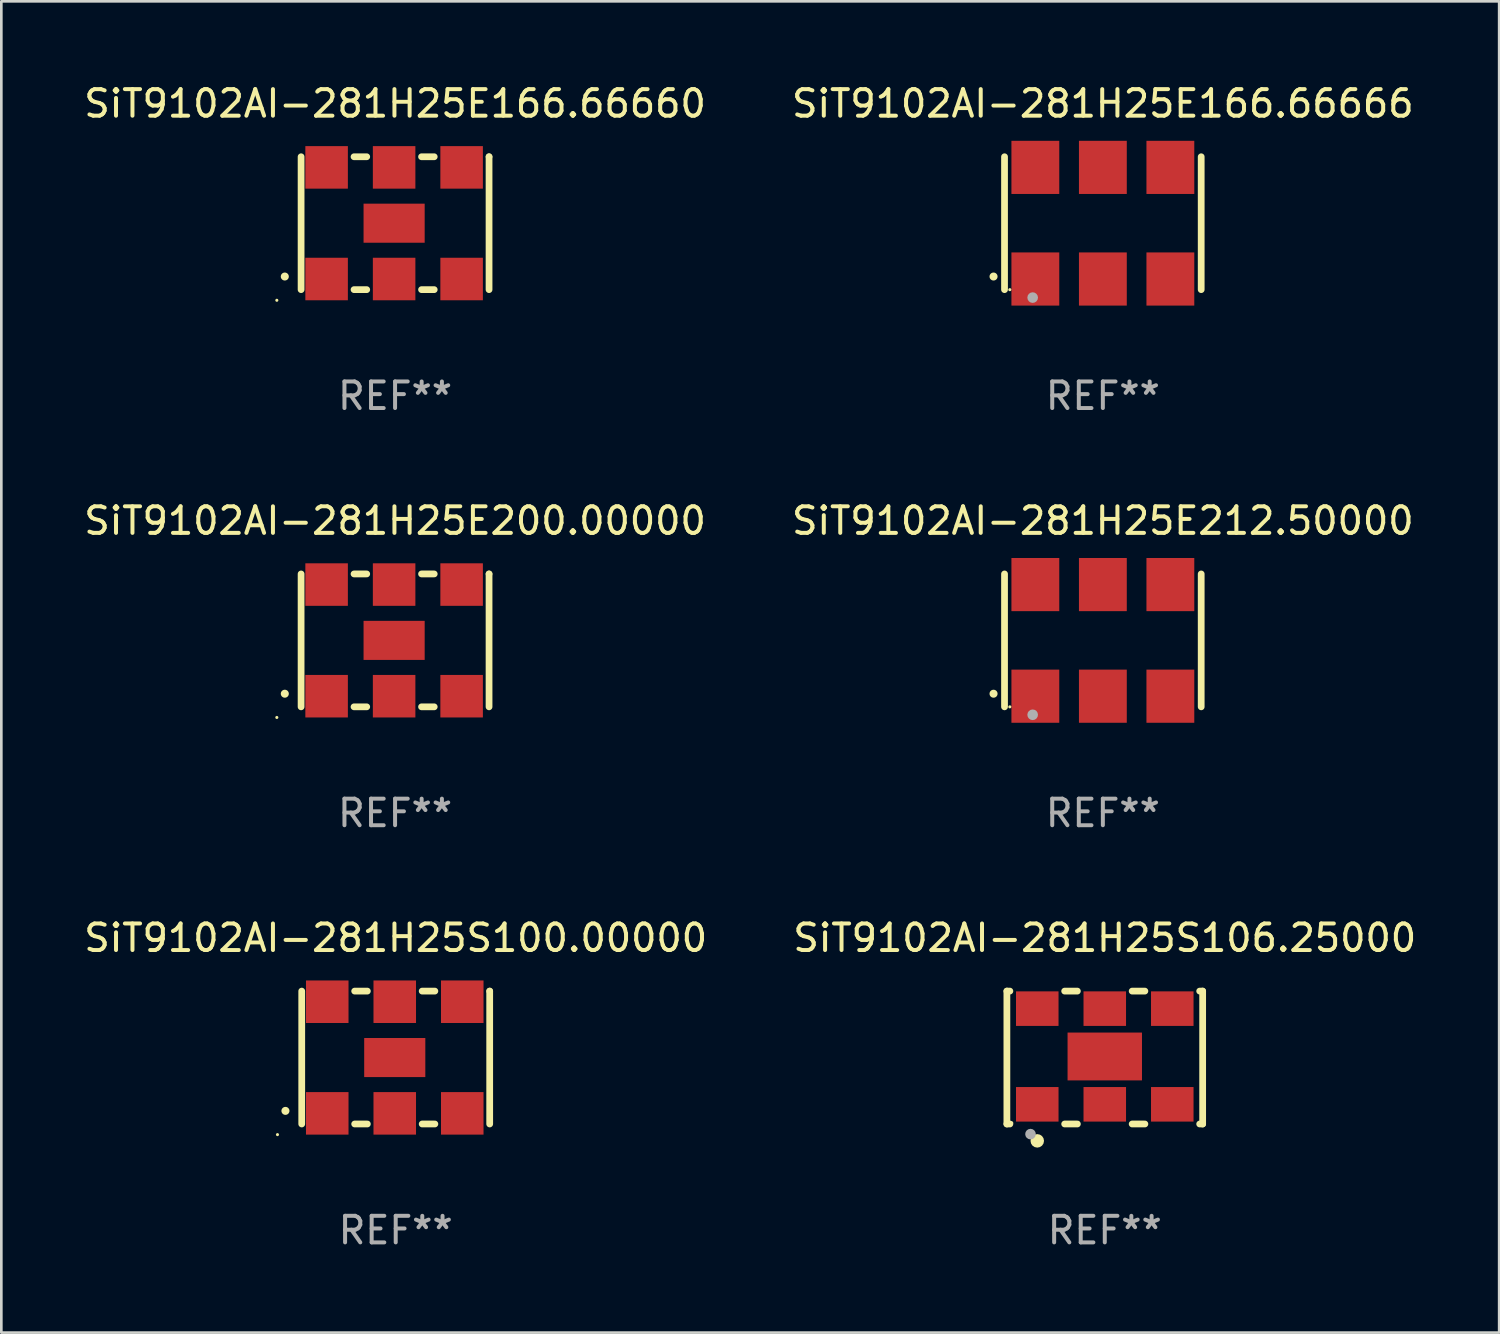
<source format=kicad_pcb>
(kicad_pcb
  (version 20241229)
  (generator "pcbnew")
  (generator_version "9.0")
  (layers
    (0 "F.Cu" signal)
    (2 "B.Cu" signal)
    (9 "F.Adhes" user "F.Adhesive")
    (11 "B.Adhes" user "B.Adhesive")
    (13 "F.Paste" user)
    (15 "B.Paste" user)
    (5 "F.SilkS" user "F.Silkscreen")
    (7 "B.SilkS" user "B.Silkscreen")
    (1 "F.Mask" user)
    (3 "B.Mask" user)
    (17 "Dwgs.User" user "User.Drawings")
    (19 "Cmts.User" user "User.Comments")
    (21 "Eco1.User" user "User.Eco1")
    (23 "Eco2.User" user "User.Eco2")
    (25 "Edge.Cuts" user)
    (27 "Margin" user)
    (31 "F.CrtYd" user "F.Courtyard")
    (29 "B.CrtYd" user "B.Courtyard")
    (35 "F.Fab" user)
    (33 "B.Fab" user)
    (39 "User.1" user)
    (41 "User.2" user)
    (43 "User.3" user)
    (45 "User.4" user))
  (footprint "SiT9102AI-281H25E166.66660"
    (layer "F.Cu")
    (at 11.815 5.348)
    (property "Reference" "SiT9102AI-281H25E166.66660" (at 0 -4.5 0) (layer "F.SilkS") (effects (font (size 1 1) (thickness 0.15))))
    (attr through_hole)
    (fp_line (start -3.536 -2.5) (end -3.536 2.5) (stroke (width 0.254) (type solid)) (layer "F.SilkS"))
    (fp_line (start -1.544 2.5) (end -1.067 2.5) (stroke (width 0.254) (type solid)) (layer "F.SilkS"))
    (fp_line (start -1.067 -2.5) (end -1.544 -2.5) (stroke (width 0.254) (type solid)) (layer "F.SilkS"))
    (fp_line (start 0.996 2.5) (end 1.473 2.5) (stroke (width 0.254) (type solid)) (layer "F.SilkS"))
    (fp_line (start 1.473 -2.5) (end 0.996 -2.5) (stroke (width 0.254) (type solid)) (layer "F.SilkS"))
    (fp_line (start 3.536 -2.5) (end 3.536 -2.5) (stroke (width 0.254) (type solid)) (layer "F.SilkS"))
    (fp_line (start 3.536 2.5) (end 3.536 -2.5) (stroke (width 0.254) (type solid)) (layer "F.SilkS"))
    (fp_arc (start -4.150432 2.006604) (mid -4.149162 2.006599) (end -4.147892 2.006604) (stroke (width 0.3) (type solid)) (layer "F.SilkS"))
    (fp_circle (center -4.449 2.9) (end -4.419 2.9) (stroke (width 0.06) (type solid)) (fill no) (layer "F.SilkS"))
    (fp_text user "REF**" (at 0 6.5 0) (layer "F.Fab") (effects (font (size 1 1) (thickness 0.15))))
    (pad "1" smd rect (at -2.576 2.1) (size 1.6 1.6) (layers "F.Cu" "F.Mask" "F.Paste"))
    (pad "2" smd rect (at -0.036 2.1) (size 1.6 1.6) (layers "F.Cu" "F.Mask" "F.Paste"))
    (pad "3" smd rect (at 2.504 2.1) (size 1.6 1.6) (layers "F.Cu" "F.Mask" "F.Paste"))
    (pad "4" smd rect (at 2.504 -2.1) (size 1.6 1.6) (layers "F.Cu" "F.Mask" "F.Paste"))
    (pad "5" smd rect (at -0.036 -2.1) (size 1.6 1.6) (layers "F.Cu" "F.Mask" "F.Paste"))
    (pad "6" smd rect (at -2.576 -2.1) (size 1.6 1.6) (layers "F.Cu" "F.Mask" "F.Paste"))
    (pad "7" smd rect (at -0.036 0) (size 2.3 1.47) (layers "F.Cu" "F.Mask" "F.Paste")))
  (footprint "SiT9102AI-281H25S106.25000"
    (layer "F.Cu")
    (at 38.518 36.741)
    (property "Reference" "SiT9102AI-281H25S106.25000" (at 0 -4.5 0) (layer "F.SilkS") (effects (font (size 1 1) (thickness 0.15))))
    (attr through_hole)
    (fp_line (start -3.683 -2.5) (end -3.571 -2.5) (stroke (width 0.254) (type solid)) (layer "F.SilkS"))
    (fp_line (start -3.683 2.5) (end -3.683 -2.5) (stroke (width 0.254) (type solid)) (layer "F.SilkS"))
    (fp_line (start -3.683 2.5) (end -3.571 2.5) (stroke (width 0.254) (type solid)) (layer "F.SilkS"))
    (fp_line (start -1.509 -2.5) (end -1.031 -2.5) (stroke (width 0.254) (type solid)) (layer "F.SilkS"))
    (fp_line (start -1.509 2.5) (end -1.031 2.5) (stroke (width 0.254) (type solid)) (layer "F.SilkS"))
    (fp_line (start 1.031 -2.5) (end 1.509 -2.5) (stroke (width 0.254) (type solid)) (layer "F.SilkS"))
    (fp_line (start 1.031 2.5) (end 1.509 2.5) (stroke (width 0.254) (type solid)) (layer "F.SilkS"))
    (fp_line (start 3.571 -2.5) (end 3.683 -2.5) (stroke (width 0.254) (type solid)) (layer "F.SilkS"))
    (fp_line (start 3.571 2.5) (end 3.683 2.5) (stroke (width 0.254) (type solid)) (layer "F.SilkS"))
    (fp_line (start 3.683 2.5) (end 3.683 -2.5) (stroke (width 0.254) (type solid)) (layer "F.SilkS"))
    (fp_circle (center -3.5 2.46) (end -3.47 2.46) (stroke (width 0.06) (type solid)) (fill no) (layer "F.SilkS"))
    (fp_circle (center -2.54 3.135) (end -2.413 3.135) (stroke (width 0.254) (type solid)) (fill no) (layer "F.SilkS"))
    (fp_circle (center -2.794 2.881) (end -2.694 2.881) (stroke (width 0.2) (type solid)) (fill no) (layer "F.Fab"))
    (fp_text user "REF**" (at 0 6.5 0) (layer "F.Fab") (effects (font (size 1 1) (thickness 0.15))))
    (pad "1" smd rect (at -2.54 1.76) (size 1.6 1.3) (layers "F.Cu" "F.Mask" "F.Paste"))
    (pad "2" smd rect (at 0 1.76) (size 1.6 1.3) (layers "F.Cu" "F.Mask" "F.Paste"))
    (pad "3" smd rect (at 2.54 1.76) (size 1.6 1.3) (layers "F.Cu" "F.Mask" "F.Paste"))
    (pad "4" smd rect (at 2.54 -1.84) (size 1.6 1.3) (layers "F.Cu" "F.Mask" "F.Paste"))
    (pad "5" smd rect (at 0 -1.84) (size 1.6 1.3) (layers "F.Cu" "F.Mask" "F.Paste"))
    (pad "6" smd rect (at -2.54 -1.84) (size 1.6 1.3) (layers "F.Cu" "F.Mask" "F.Paste"))
    (pad "7" smd rect (at 0 -0.04) (size 2.8 1.8) (layers "F.Cu" "F.Mask" "F.Paste")))
  (footprint "SiT9102AI-281H25E166.66666"
    (layer "F.Cu")
    (at 38.446 5.348)
    (property "Reference" "SiT9102AI-281H25E166.66666" (at 0 -4.5 0) (layer "F.SilkS") (effects (font (size 1 1) (thickness 0.15))))
    (attr through_hole)
    (fp_line (start -3.7 -2.5) (end -3.7 2.5) (stroke (width 0.254) (type solid)) (layer "F.SilkS"))
    (fp_line (start 3.7 -2.5) (end 3.7 2.5) (stroke (width 0.254) (type solid)) (layer "F.SilkS"))
    (fp_arc (start -4.114415 2.006604) (mid -4.113145 2.006599) (end -4.111875 2.006604) (stroke (width 0.3) (type solid)) (layer "F.SilkS"))
    (fp_circle (center -3.5 2.501) (end -3.47 2.501) (stroke (width 0.06) (type solid)) (fill no) (layer "F.SilkS"))
    (fp_circle (center -2.641 2.799) (end -2.541 2.799) (stroke (width 0.2) (type solid)) (fill no) (layer "F.Fab"))
    (fp_text user "REF**" (at 0 6.5 0) (layer "F.Fab") (effects (font (size 1 1) (thickness 0.15))))
    (pad "1" smd rect (at -2.54 2.1) (size 1.8 2) (layers "F.Cu" "F.Mask" "F.Paste"))
    (pad "2" smd rect (at 0.000394 2.1) (size 1.8 2) (layers "F.Cu" "F.Mask" "F.Paste"))
    (pad "3" smd rect (at 2.54 2.1) (size 1.8 2) (layers "F.Cu" "F.Mask" "F.Paste"))
    (pad "4" smd rect (at 2.54 -2.1) (size 1.8 2) (layers "F.Cu" "F.Mask" "F.Paste"))
    (pad "5" smd rect (at 0.000394 -2.1) (size 1.8 2) (layers "F.Cu" "F.Mask" "F.Paste"))
    (pad "6" smd rect (at -2.54 -2.1) (size 1.8 2) (layers "F.Cu" "F.Mask" "F.Paste")))
  (footprint "SiT9102AI-281H25S100.00000"
    (layer "F.Cu")
    (at 11.839 36.741)
    (property "Reference" "SiT9102AI-281H25S100.00000" (at 0 -4.5 0) (layer "F.SilkS") (effects (font (size 1 1) (thickness 0.15))))
    (attr through_hole)
    (fp_line (start -3.536 -2.5) (end -3.536 2.5) (stroke (width 0.254) (type solid)) (layer "F.SilkS"))
    (fp_line (start -1.544 2.5) (end -1.067 2.5) (stroke (width 0.254) (type solid)) (layer "F.SilkS"))
    (fp_line (start -1.067 -2.5) (end -1.544 -2.5) (stroke (width 0.254) (type solid)) (layer "F.SilkS"))
    (fp_line (start 0.996 2.5) (end 1.473 2.5) (stroke (width 0.254) (type solid)) (layer "F.SilkS"))
    (fp_line (start 1.473 -2.5) (end 0.996 -2.5) (stroke (width 0.254) (type solid)) (layer "F.SilkS"))
    (fp_line (start 3.536 -2.5) (end 3.536 -2.5) (stroke (width 0.254) (type solid)) (layer "F.SilkS"))
    (fp_line (start 3.536 2.5) (end 3.536 -2.5) (stroke (width 0.254) (type solid)) (layer "F.SilkS"))
    (fp_arc (start -4.150432 2.006604) (mid -4.149162 2.006599) (end -4.147892 2.006604) (stroke (width 0.3) (type solid)) (layer "F.SilkS"))
    (fp_circle (center -4.449 2.9) (end -4.419 2.9) (stroke (width 0.06) (type solid)) (fill no) (layer "F.SilkS"))
    (fp_text user "REF**" (at 0 6.5 0) (layer "F.Fab") (effects (font (size 1 1) (thickness 0.15))))
    (pad "1" smd rect (at -2.576 2.1) (size 1.6 1.6) (layers "F.Cu" "F.Mask" "F.Paste"))
    (pad "2" smd rect (at -0.036 2.1) (size 1.6 1.6) (layers "F.Cu" "F.Mask" "F.Paste"))
    (pad "3" smd rect (at 2.504 2.1) (size 1.6 1.6) (layers "F.Cu" "F.Mask" "F.Paste"))
    (pad "4" smd rect (at 2.504 -2.1) (size 1.6 1.6) (layers "F.Cu" "F.Mask" "F.Paste"))
    (pad "5" smd rect (at -0.036 -2.1) (size 1.6 1.6) (layers "F.Cu" "F.Mask" "F.Paste"))
    (pad "6" smd rect (at -2.576 -2.1) (size 1.6 1.6) (layers "F.Cu" "F.Mask" "F.Paste"))
    (pad "7" smd rect (at -0.036 0) (size 2.3 1.47) (layers "F.Cu" "F.Mask" "F.Paste")))
  (footprint "SiT9102AI-281H25E212.50000"
    (layer "F.Cu")
    (at 38.446 21.045)
    (property "Reference" "SiT9102AI-281H25E212.50000" (at 0 -4.5 0) (layer "F.SilkS") (effects (font (size 1 1) (thickness 0.15))))
    (attr through_hole)
    (fp_line (start -3.7 -2.5) (end -3.7 2.5) (stroke (width 0.254) (type solid)) (layer "F.SilkS"))
    (fp_line (start 3.7 -2.5) (end 3.7 2.5) (stroke (width 0.254) (type solid)) (layer "F.SilkS"))
    (fp_arc (start -4.114415 2.006604) (mid -4.113145 2.006599) (end -4.111875 2.006604) (stroke (width 0.3) (type solid)) (layer "F.SilkS"))
    (fp_circle (center -3.5 2.501) (end -3.47 2.501) (stroke (width 0.06) (type solid)) (fill no) (layer "F.SilkS"))
    (fp_circle (center -2.641 2.799) (end -2.541 2.799) (stroke (width 0.2) (type solid)) (fill no) (layer "F.Fab"))
    (fp_text user "REF**" (at 0 6.5 0) (layer "F.Fab") (effects (font (size 1 1) (thickness 0.15))))
    (pad "1" smd rect (at -2.54 2.1) (size 1.8 2) (layers "F.Cu" "F.Mask" "F.Paste"))
    (pad "2" smd rect (at 0.000394 2.1) (size 1.8 2) (layers "F.Cu" "F.Mask" "F.Paste"))
    (pad "3" smd rect (at 2.54 2.1) (size 1.8 2) (layers "F.Cu" "F.Mask" "F.Paste"))
    (pad "4" smd rect (at 2.54 -2.1) (size 1.8 2) (layers "F.Cu" "F.Mask" "F.Paste"))
    (pad "5" smd rect (at 0.000394 -2.1) (size 1.8 2) (layers "F.Cu" "F.Mask" "F.Paste"))
    (pad "6" smd rect (at -2.54 -2.1) (size 1.8 2) (layers "F.Cu" "F.Mask" "F.Paste")))
  (footprint "SiT9102AI-281H25E200.00000"
    (layer "F.Cu")
    (at 11.815 21.045)
    (property "Reference" "SiT9102AI-281H25E200.00000" (at 0 -4.5 0) (layer "F.SilkS") (effects (font (size 1 1) (thickness 0.15))))
    (attr through_hole)
    (fp_line (start -3.536 -2.5) (end -3.536 2.5) (stroke (width 0.254) (type solid)) (layer "F.SilkS"))
    (fp_line (start -1.544 2.5) (end -1.067 2.5) (stroke (width 0.254) (type solid)) (layer "F.SilkS"))
    (fp_line (start -1.067 -2.5) (end -1.544 -2.5) (stroke (width 0.254) (type solid)) (layer "F.SilkS"))
    (fp_line (start 0.996 2.5) (end 1.473 2.5) (stroke (width 0.254) (type solid)) (layer "F.SilkS"))
    (fp_line (start 1.473 -2.5) (end 0.996 -2.5) (stroke (width 0.254) (type solid)) (layer "F.SilkS"))
    (fp_line (start 3.536 -2.5) (end 3.536 -2.5) (stroke (width 0.254) (type solid)) (layer "F.SilkS"))
    (fp_line (start 3.536 2.5) (end 3.536 -2.5) (stroke (width 0.254) (type solid)) (layer "F.SilkS"))
    (fp_arc (start -4.150432 2.006604) (mid -4.149162 2.006599) (end -4.147892 2.006604) (stroke (width 0.3) (type solid)) (layer "F.SilkS"))
    (fp_circle (center -4.449 2.9) (end -4.419 2.9) (stroke (width 0.06) (type solid)) (fill no) (layer "F.SilkS"))
    (fp_text user "REF**" (at 0 6.5 0) (layer "F.Fab") (effects (font (size 1 1) (thickness 0.15))))
    (pad "1" smd rect (at -2.576 2.1) (size 1.6 1.6) (layers "F.Cu" "F.Mask" "F.Paste"))
    (pad "2" smd rect (at -0.036 2.1) (size 1.6 1.6) (layers "F.Cu" "F.Mask" "F.Paste"))
    (pad "3" smd rect (at 2.504 2.1) (size 1.6 1.6) (layers "F.Cu" "F.Mask" "F.Paste"))
    (pad "4" smd rect (at 2.504 -2.1) (size 1.6 1.6) (layers "F.Cu" "F.Mask" "F.Paste"))
    (pad "5" smd rect (at -0.036 -2.1) (size 1.6 1.6) (layers "F.Cu" "F.Mask" "F.Paste"))
    (pad "6" smd rect (at -2.576 -2.1) (size 1.6 1.6) (layers "F.Cu" "F.Mask" "F.Paste"))
    (pad "7" smd rect (at -0.036 0) (size 2.3 1.47) (layers "F.Cu" "F.Mask" "F.Paste")))
  (gr_rect
    (start -3 -3)
    (end 53.357 47.09)
    (stroke (width 0.1) (type default))
    (fill no)
    (layer "Edge.Cuts")))
</source>
